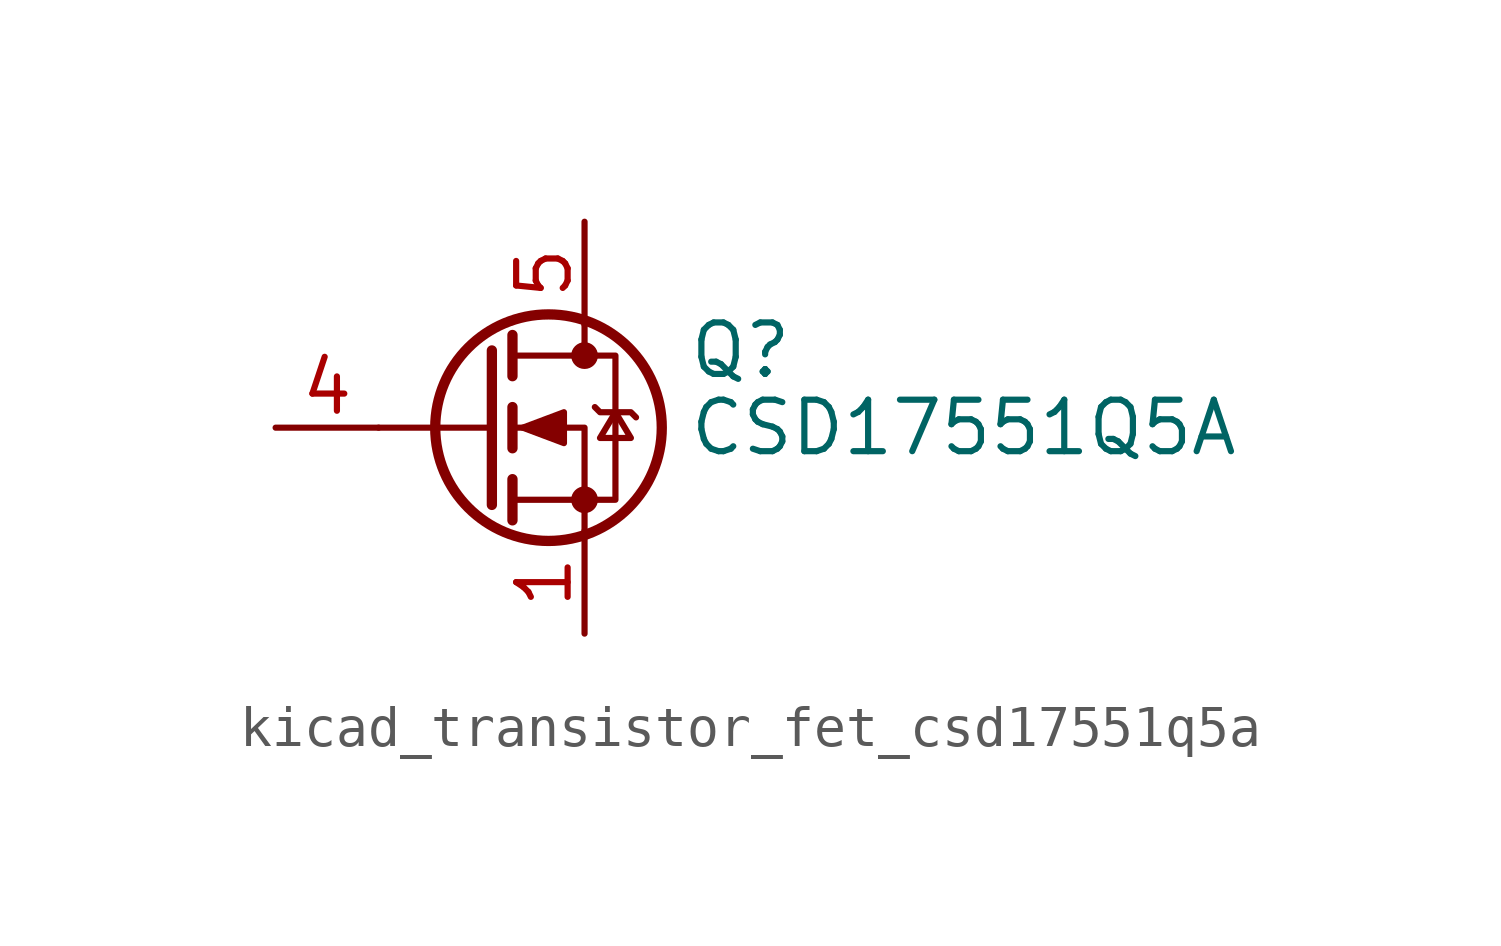
<source format=kicad_sym>
(kicad_symbol_lib
  (version 20220914)
  (generator kicad_symbol_editor)
  (symbol "kicad_transistor_fet_csd17551q5a"
    (pin_names hide)
    (property "Reference" "Q"
      (at 5.08 1.905 0)
      (effects (font (size 1.27 1.27)) (justify left)))
    (property "Value" "CSD17551Q5A"
      (at 5.08 0 0)
      (effects (font (size 1.27 1.27)) (justify left)))
    (symbol "kicad_transistor_fet_csd17551q5a_0_1"
      (polyline (pts (xy 0.254 0) (xy -2.54 0)) (stroke (width 0) (type default)) (fill (type none)))
      (polyline (pts (xy 0.254 1.905) (xy 0.254 -1.905)) (stroke (width 0.254) (type default)) (fill (type none)))
      (polyline (pts (xy 0.762 -1.27) (xy 0.762 -2.286)) (stroke (width 0.254) (type default)) (fill (type none)))
      (polyline (pts (xy 0.762 0.508) (xy 0.762 -0.508)) (stroke (width 0.254) (type default)) (fill (type none)))
      (polyline (pts (xy 0.762 2.286) (xy 0.762 1.27)) (stroke (width 0.254) (type default)) (fill (type none)))
      (polyline (pts (xy 2.54 2.54) (xy 2.54 1.778)) (stroke (width 0) (type default)) (fill (type none)))
      (polyline (pts (xy 2.54 -2.54) (xy 2.54 0) (xy 0.762 0)) (stroke (width 0) (type default)) (fill (type none)))
      (polyline (pts (xy 0.762 -1.778) (xy 3.302 -1.778) (xy 3.302 1.778) (xy 0.762 1.778)) (stroke (width 0) (type default)) (fill (type none)))
      (polyline (pts (xy 1.016 0) (xy 2.032 0.381) (xy 2.032 -0.381) (xy 1.016 0)) (stroke (width 0) (type default)) (fill (type outline)))
      (polyline (pts (xy 2.794 0.508) (xy 2.921 0.381) (xy 3.683 0.381) (xy 3.81 0.254)) (stroke (width 0) (type default)) (fill (type none)))
      (polyline (pts (xy 3.302 0.381) (xy 2.921 -0.254) (xy 3.683 -0.254) (xy 3.302 0.381)) (stroke (width 0) (type default)) (fill (type none)))
      (circle (center 1.651 0) (radius 2.794) (stroke (width 0.254) (type default)) (fill (type none)))
      (circle (center 2.54 -1.778) (radius 0.254) (stroke (width 0) (type default)) (fill (type outline)))
      (circle (center 2.54 1.778) (radius 0.254) (stroke (width 0) (type default)) (fill (type outline))))
    (symbol "kicad_transistor_fet_csd17551q5a_1_1"
      (pin passive line (at 2.54 -5.08 90) (length 2.54) (name "S" (effects (font (size 1.27 1.27)))) (number "1" (effects (font (size 1.27 1.27)))))
      (pin passive line (at 2.54 -5.08 90) (length 2.54) hide (name "S" (effects (font (size 1.27 1.27)))) (number "2" (effects (font (size 1.27 1.27)))))
      (pin passive line (at 2.54 -5.08 90) (length 2.54) hide (name "S" (effects (font (size 1.27 1.27)))) (number "3" (effects (font (size 1.27 1.27)))))
      (pin passive line (at -5.08 0 0) (length 2.54) (name "G" (effects (font (size 1.27 1.27)))) (number "4" (effects (font (size 1.27 1.27)))))
      (pin passive line (at 2.54 5.08 270) (length 2.54) (name "D" (effects (font (size 1.27 1.27)))) (number "5" (effects (font (size 1.27 1.27))))))))
</source>
